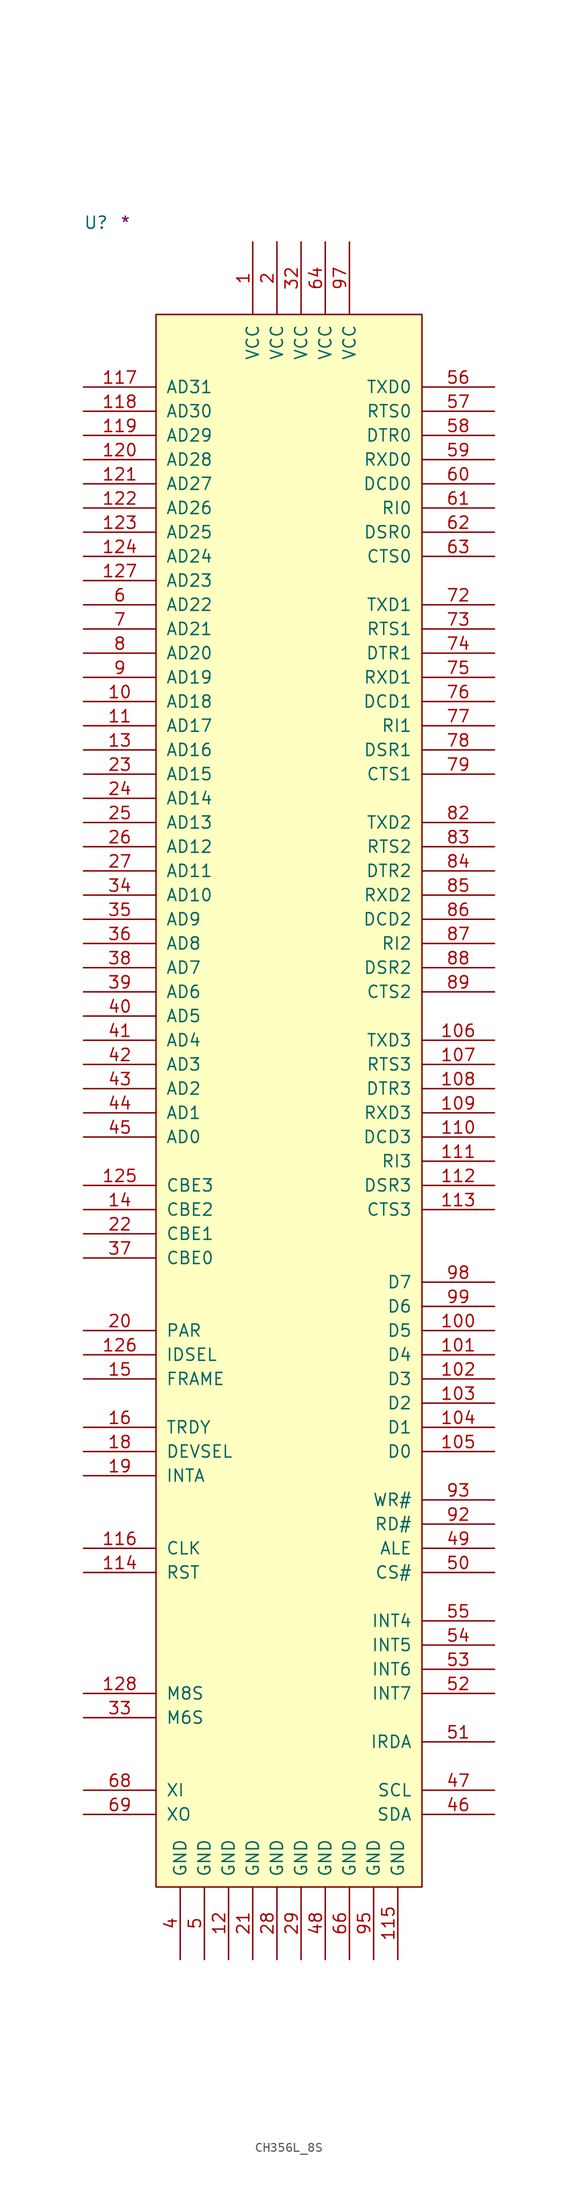
<source format=kicad_sym>
(kicad_symbol_lib
  (version 20211014)
  (generator kicad_symbol_editor)
  (symbol "CH356L_8S"
    (pin_names
      (offset 1.016))
    (property "Reference" "U"
      (at -7.62 8.89 0)
      (effects (font (size 1.27 1.27)) (justify left bottom)))
    (property "Comment" "*"
      (at -3.81 8.89 0)
      (effects (font (size 1.27 1.27)) (justify left bottom)))
    (symbol "CH356L_8S_1_1"
      (rectangle (start 0 -165.1) (end 27.94 0) (stroke (width 0) (type default) (color 0 0 0 0)) (fill (type background)))
      (pin power_in line (at 10.16 7.62 270) (length 7.62) (name "VCC" (effects (font (size 1.27 1.27)))) (number "1" (effects (font (size 1.27 1.27)))))
      (pin bidirectional line (at -7.62 -40.64 0) (length 7.62) (name "AD18" (effects (font (size 1.27 1.27)))) (number "10" (effects (font (size 1.27 1.27)))))
      (pin bidirectional line (at 35.56 -106.68 180) (length 7.62) (name "D5" (effects (font (size 1.27 1.27)))) (number "100" (effects (font (size 1.27 1.27)))))
      (pin bidirectional line (at 35.56 -109.22 180) (length 7.62) (name "D4" (effects (font (size 1.27 1.27)))) (number "101" (effects (font (size 1.27 1.27)))))
      (pin bidirectional line (at 35.56 -111.76 180) (length 7.62) (name "D3" (effects (font (size 1.27 1.27)))) (number "102" (effects (font (size 1.27 1.27)))))
      (pin bidirectional line (at 35.56 -114.3 180) (length 7.62) (name "D2" (effects (font (size 1.27 1.27)))) (number "103" (effects (font (size 1.27 1.27)))))
      (pin bidirectional line (at 35.56 -116.84 180) (length 7.62) (name "D1" (effects (font (size 1.27 1.27)))) (number "104" (effects (font (size 1.27 1.27)))))
      (pin bidirectional line (at 35.56 -119.38 180) (length 7.62) (name "D0" (effects (font (size 1.27 1.27)))) (number "105" (effects (font (size 1.27 1.27)))))
      (pin output line (at 35.56 -76.2 180) (length 7.62) (name "TXD3" (effects (font (size 1.27 1.27)))) (number "106" (effects (font (size 1.27 1.27)))))
      (pin output line (at 35.56 -78.74 180) (length 7.62) (name "RTS3" (effects (font (size 1.27 1.27)))) (number "107" (effects (font (size 1.27 1.27)))))
      (pin output line (at 35.56 -81.28 180) (length 7.62) (name "DTR3" (effects (font (size 1.27 1.27)))) (number "108" (effects (font (size 1.27 1.27)))))
      (pin input line (at 35.56 -83.82 180) (length 7.62) (name "RXD3" (effects (font (size 1.27 1.27)))) (number "109" (effects (font (size 1.27 1.27)))))
      (pin bidirectional line (at -7.62 -43.18 0) (length 7.62) (name "AD17" (effects (font (size 1.27 1.27)))) (number "11" (effects (font (size 1.27 1.27)))))
      (pin input line (at 35.56 -86.36 180) (length 7.62) (name "DCD3" (effects (font (size 1.27 1.27)))) (number "110" (effects (font (size 1.27 1.27)))))
      (pin input line (at 35.56 -88.9 180) (length 7.62) (name "RI3" (effects (font (size 1.27 1.27)))) (number "111" (effects (font (size 1.27 1.27)))))
      (pin input line (at 35.56 -91.44 180) (length 7.62) (name "DSR3" (effects (font (size 1.27 1.27)))) (number "112" (effects (font (size 1.27 1.27)))))
      (pin input line (at 35.56 -93.98 180) (length 7.62) (name "CTS3" (effects (font (size 1.27 1.27)))) (number "113" (effects (font (size 1.27 1.27)))))
      (pin input line (at -7.62 -132.08 0) (length 7.62) (name "RST" (effects (font (size 1.27 1.27)))) (number "114" (effects (font (size 1.27 1.27)))))
      (pin power_in line (at 25.4 -172.72 90) (length 7.62) (name "GND" (effects (font (size 1.27 1.27)))) (number "115" (effects (font (size 1.27 1.27)))))
      (pin input line (at -7.62 -129.54 0) (length 7.62) (name "CLK" (effects (font (size 1.27 1.27)))) (number "116" (effects (font (size 1.27 1.27)))))
      (pin bidirectional line (at -7.62 -7.62 0) (length 7.62) (name "AD31" (effects (font (size 1.27 1.27)))) (number "117" (effects (font (size 1.27 1.27)))))
      (pin bidirectional line (at -7.62 -10.16 0) (length 7.62) (name "AD30" (effects (font (size 1.27 1.27)))) (number "118" (effects (font (size 1.27 1.27)))))
      (pin bidirectional line (at -7.62 -12.7 0) (length 7.62) (name "AD29" (effects (font (size 1.27 1.27)))) (number "119" (effects (font (size 1.27 1.27)))))
      (pin power_in line (at 7.62 -172.72 90) (length 7.62) (name "GND" (effects (font (size 1.27 1.27)))) (number "12" (effects (font (size 1.27 1.27)))))
      (pin bidirectional line (at -7.62 -15.24 0) (length 7.62) (name "AD28" (effects (font (size 1.27 1.27)))) (number "120" (effects (font (size 1.27 1.27)))))
      (pin bidirectional line (at -7.62 -17.78 0) (length 7.62) (name "AD27" (effects (font (size 1.27 1.27)))) (number "121" (effects (font (size 1.27 1.27)))))
      (pin bidirectional line (at -7.62 -20.32 0) (length 7.62) (name "AD26" (effects (font (size 1.27 1.27)))) (number "122" (effects (font (size 1.27 1.27)))))
      (pin bidirectional line (at -7.62 -22.86 0) (length 7.62) (name "AD25" (effects (font (size 1.27 1.27)))) (number "123" (effects (font (size 1.27 1.27)))))
      (pin bidirectional line (at -7.62 -25.4 0) (length 7.62) (name "AD24" (effects (font (size 1.27 1.27)))) (number "124" (effects (font (size 1.27 1.27)))))
      (pin input line (at -7.62 -91.44 0) (length 7.62) (name "CBE3" (effects (font (size 1.27 1.27)))) (number "125" (effects (font (size 1.27 1.27)))))
      (pin input line (at -7.62 -109.22 0) (length 7.62) (name "IDSEL" (effects (font (size 1.27 1.27)))) (number "126" (effects (font (size 1.27 1.27)))))
      (pin bidirectional line (at -7.62 -27.94 0) (length 7.62) (name "AD23" (effects (font (size 1.27 1.27)))) (number "127" (effects (font (size 1.27 1.27)))))
      (pin input line (at -7.62 -144.78 0) (length 7.62) (name "M8S" (effects (font (size 1.27 1.27)))) (number "128" (effects (font (size 1.27 1.27)))))
      (pin bidirectional line (at -7.62 -45.72 0) (length 7.62) (name "AD16" (effects (font (size 1.27 1.27)))) (number "13" (effects (font (size 1.27 1.27)))))
      (pin input line (at -7.62 -93.98 0) (length 7.62) (name "CBE2" (effects (font (size 1.27 1.27)))) (number "14" (effects (font (size 1.27 1.27)))))
      (pin input line (at -7.62 -111.76 0) (length 7.62) (name "FRAME" (effects (font (size 1.27 1.27)))) (number "15" (effects (font (size 1.27 1.27)))))
      (pin tri_state line (at -7.62 -116.84 0) (length 7.62) (name "TRDY" (effects (font (size 1.27 1.27)))) (number "16" (effects (font (size 1.27 1.27)))))
      (pin tri_state line (at -7.62 -119.38 0) (length 7.62) (name "DEVSEL" (effects (font (size 1.27 1.27)))) (number "18" (effects (font (size 1.27 1.27)))))
      (pin tri_state line (at -7.62 -121.92 0) (length 7.62) (name "INTA" (effects (font (size 1.27 1.27)))) (number "19" (effects (font (size 1.27 1.27)))))
      (pin power_in line (at 12.7 7.62 270) (length 7.62) (name "VCC" (effects (font (size 1.27 1.27)))) (number "2" (effects (font (size 1.27 1.27)))))
      (pin tri_state line (at -7.62 -106.68 0) (length 7.62) (name "PAR" (effects (font (size 1.27 1.27)))) (number "20" (effects (font (size 1.27 1.27)))))
      (pin power_in line (at 10.16 -172.72 90) (length 7.62) (name "GND" (effects (font (size 1.27 1.27)))) (number "21" (effects (font (size 1.27 1.27)))))
      (pin input line (at -7.62 -96.52 0) (length 7.62) (name "CBE1" (effects (font (size 1.27 1.27)))) (number "22" (effects (font (size 1.27 1.27)))))
      (pin bidirectional line (at -7.62 -48.26 0) (length 7.62) (name "AD15" (effects (font (size 1.27 1.27)))) (number "23" (effects (font (size 1.27 1.27)))))
      (pin bidirectional line (at -7.62 -50.8 0) (length 7.62) (name "AD14" (effects (font (size 1.27 1.27)))) (number "24" (effects (font (size 1.27 1.27)))))
      (pin bidirectional line (at -7.62 -53.34 0) (length 7.62) (name "AD13" (effects (font (size 1.27 1.27)))) (number "25" (effects (font (size 1.27 1.27)))))
      (pin bidirectional line (at -7.62 -55.88 0) (length 7.62) (name "AD12" (effects (font (size 1.27 1.27)))) (number "26" (effects (font (size 1.27 1.27)))))
      (pin bidirectional line (at -7.62 -58.42 0) (length 7.62) (name "AD11" (effects (font (size 1.27 1.27)))) (number "27" (effects (font (size 1.27 1.27)))))
      (pin power_in line (at 12.7 -172.72 90) (length 7.62) (name "GND" (effects (font (size 1.27 1.27)))) (number "28" (effects (font (size 1.27 1.27)))))
      (pin power_in line (at 15.24 -172.72 90) (length 7.62) (name "GND" (effects (font (size 1.27 1.27)))) (number "29" (effects (font (size 1.27 1.27)))))
      (pin power_in line (at 15.24 7.62 270) (length 7.62) (name "VCC" (effects (font (size 1.27 1.27)))) (number "32" (effects (font (size 1.27 1.27)))))
      (pin input line (at -7.62 -147.32 0) (length 7.62) (name "M6S" (effects (font (size 1.27 1.27)))) (number "33" (effects (font (size 1.27 1.27)))))
      (pin bidirectional line (at -7.62 -60.96 0) (length 7.62) (name "AD10" (effects (font (size 1.27 1.27)))) (number "34" (effects (font (size 1.27 1.27)))))
      (pin bidirectional line (at -7.62 -63.5 0) (length 7.62) (name "AD9" (effects (font (size 1.27 1.27)))) (number "35" (effects (font (size 1.27 1.27)))))
      (pin bidirectional line (at -7.62 -66.04 0) (length 7.62) (name "AD8" (effects (font (size 1.27 1.27)))) (number "36" (effects (font (size 1.27 1.27)))))
      (pin input line (at -7.62 -99.06 0) (length 7.62) (name "CBE0" (effects (font (size 1.27 1.27)))) (number "37" (effects (font (size 1.27 1.27)))))
      (pin bidirectional line (at -7.62 -68.58 0) (length 7.62) (name "AD7" (effects (font (size 1.27 1.27)))) (number "38" (effects (font (size 1.27 1.27)))))
      (pin bidirectional line (at -7.62 -71.12 0) (length 7.62) (name "AD6" (effects (font (size 1.27 1.27)))) (number "39" (effects (font (size 1.27 1.27)))))
      (pin power_in line (at 2.54 -172.72 90) (length 7.62) (name "GND" (effects (font (size 1.27 1.27)))) (number "4" (effects (font (size 1.27 1.27)))))
      (pin bidirectional line (at -7.62 -73.66 0) (length 7.62) (name "AD5" (effects (font (size 1.27 1.27)))) (number "40" (effects (font (size 1.27 1.27)))))
      (pin bidirectional line (at -7.62 -76.2 0) (length 7.62) (name "AD4" (effects (font (size 1.27 1.27)))) (number "41" (effects (font (size 1.27 1.27)))))
      (pin bidirectional line (at -7.62 -78.74 0) (length 7.62) (name "AD3" (effects (font (size 1.27 1.27)))) (number "42" (effects (font (size 1.27 1.27)))))
      (pin bidirectional line (at -7.62 -81.28 0) (length 7.62) (name "AD2" (effects (font (size 1.27 1.27)))) (number "43" (effects (font (size 1.27 1.27)))))
      (pin bidirectional line (at -7.62 -83.82 0) (length 7.62) (name "AD1" (effects (font (size 1.27 1.27)))) (number "44" (effects (font (size 1.27 1.27)))))
      (pin bidirectional line (at -7.62 -86.36 0) (length 7.62) (name "AD0" (effects (font (size 1.27 1.27)))) (number "45" (effects (font (size 1.27 1.27)))))
      (pin bidirectional line (at 35.56 -157.48 180) (length 7.62) (name "SDA" (effects (font (size 1.27 1.27)))) (number "46" (effects (font (size 1.27 1.27)))))
      (pin bidirectional line (at 35.56 -154.94 180) (length 7.62) (name "SCL" (effects (font (size 1.27 1.27)))) (number "47" (effects (font (size 1.27 1.27)))))
      (pin power_in line (at 17.78 -172.72 90) (length 7.62) (name "GND" (effects (font (size 1.27 1.27)))) (number "48" (effects (font (size 1.27 1.27)))))
      (pin output line (at 35.56 -129.54 180) (length 7.62) (name "ALE" (effects (font (size 1.27 1.27)))) (number "49" (effects (font (size 1.27 1.27)))))
      (pin power_in line (at 5.08 -172.72 90) (length 7.62) (name "GND" (effects (font (size 1.27 1.27)))) (number "5" (effects (font (size 1.27 1.27)))))
      (pin output line (at 35.56 -132.08 180) (length 7.62) (name "CS#" (effects (font (size 1.27 1.27)))) (number "50" (effects (font (size 1.27 1.27)))))
      (pin input line (at 35.56 -149.86 180) (length 7.62) (name "IRDA" (effects (font (size 1.27 1.27)))) (number "51" (effects (font (size 1.27 1.27)))))
      (pin input line (at 35.56 -144.78 180) (length 7.62) (name "INT7" (effects (font (size 1.27 1.27)))) (number "52" (effects (font (size 1.27 1.27)))))
      (pin input line (at 35.56 -142.24 180) (length 7.62) (name "INT6" (effects (font (size 1.27 1.27)))) (number "53" (effects (font (size 1.27 1.27)))))
      (pin input line (at 35.56 -139.7 180) (length 7.62) (name "INT5" (effects (font (size 1.27 1.27)))) (number "54" (effects (font (size 1.27 1.27)))))
      (pin input line (at 35.56 -137.16 180) (length 7.62) (name "INT4" (effects (font (size 1.27 1.27)))) (number "55" (effects (font (size 1.27 1.27)))))
      (pin output line (at 35.56 -7.62 180) (length 7.62) (name "TXD0" (effects (font (size 1.27 1.27)))) (number "56" (effects (font (size 1.27 1.27)))))
      (pin output line (at 35.56 -10.16 180) (length 7.62) (name "RTS0" (effects (font (size 1.27 1.27)))) (number "57" (effects (font (size 1.27 1.27)))))
      (pin output line (at 35.56 -12.7 180) (length 7.62) (name "DTR0" (effects (font (size 1.27 1.27)))) (number "58" (effects (font (size 1.27 1.27)))))
      (pin input line (at 35.56 -15.24 180) (length 7.62) (name "RXD0" (effects (font (size 1.27 1.27)))) (number "59" (effects (font (size 1.27 1.27)))))
      (pin bidirectional line (at -7.62 -30.48 0) (length 7.62) (name "AD22" (effects (font (size 1.27 1.27)))) (number "6" (effects (font (size 1.27 1.27)))))
      (pin input line (at 35.56 -17.78 180) (length 7.62) (name "DCD0" (effects (font (size 1.27 1.27)))) (number "60" (effects (font (size 1.27 1.27)))))
      (pin input line (at 35.56 -20.32 180) (length 7.62) (name "RI0" (effects (font (size 1.27 1.27)))) (number "61" (effects (font (size 1.27 1.27)))))
      (pin input line (at 35.56 -22.86 180) (length 7.62) (name "DSR0" (effects (font (size 1.27 1.27)))) (number "62" (effects (font (size 1.27 1.27)))))
      (pin input line (at 35.56 -25.4 180) (length 7.62) (name "CTS0" (effects (font (size 1.27 1.27)))) (number "63" (effects (font (size 1.27 1.27)))))
      (pin power_in line (at 17.78 7.62 270) (length 7.62) (name "VCC" (effects (font (size 1.27 1.27)))) (number "64" (effects (font (size 1.27 1.27)))))
      (pin power_in line (at 20.32 -172.72 90) (length 7.62) (name "GND" (effects (font (size 1.27 1.27)))) (number "66" (effects (font (size 1.27 1.27)))))
      (pin input line (at -7.62 -154.94 0) (length 7.62) (name "XI" (effects (font (size 1.27 1.27)))) (number "68" (effects (font (size 1.27 1.27)))))
      (pin output line (at -7.62 -157.48 0) (length 7.62) (name "XO" (effects (font (size 1.27 1.27)))) (number "69" (effects (font (size 1.27 1.27)))))
      (pin bidirectional line (at -7.62 -33.02 0) (length 7.62) (name "AD21" (effects (font (size 1.27 1.27)))) (number "7" (effects (font (size 1.27 1.27)))))
      (pin output line (at 35.56 -30.48 180) (length 7.62) (name "TXD1" (effects (font (size 1.27 1.27)))) (number "72" (effects (font (size 1.27 1.27)))))
      (pin output line (at 35.56 -33.02 180) (length 7.62) (name "RTS1" (effects (font (size 1.27 1.27)))) (number "73" (effects (font (size 1.27 1.27)))))
      (pin output line (at 35.56 -35.56 180) (length 7.62) (name "DTR1" (effects (font (size 1.27 1.27)))) (number "74" (effects (font (size 1.27 1.27)))))
      (pin input line (at 35.56 -38.1 180) (length 7.62) (name "RXD1" (effects (font (size 1.27 1.27)))) (number "75" (effects (font (size 1.27 1.27)))))
      (pin input line (at 35.56 -40.64 180) (length 7.62) (name "DCD1" (effects (font (size 1.27 1.27)))) (number "76" (effects (font (size 1.27 1.27)))))
      (pin input line (at 35.56 -43.18 180) (length 7.62) (name "RI1" (effects (font (size 1.27 1.27)))) (number "77" (effects (font (size 1.27 1.27)))))
      (pin input line (at 35.56 -45.72 180) (length 7.62) (name "DSR1" (effects (font (size 1.27 1.27)))) (number "78" (effects (font (size 1.27 1.27)))))
      (pin input line (at 35.56 -48.26 180) (length 7.62) (name "CTS1" (effects (font (size 1.27 1.27)))) (number "79" (effects (font (size 1.27 1.27)))))
      (pin bidirectional line (at -7.62 -35.56 0) (length 7.62) (name "AD20" (effects (font (size 1.27 1.27)))) (number "8" (effects (font (size 1.27 1.27)))))
      (pin output line (at 35.56 -53.34 180) (length 7.62) (name "TXD2" (effects (font (size 1.27 1.27)))) (number "82" (effects (font (size 1.27 1.27)))))
      (pin output line (at 35.56 -55.88 180) (length 7.62) (name "RTS2" (effects (font (size 1.27 1.27)))) (number "83" (effects (font (size 1.27 1.27)))))
      (pin output line (at 35.56 -58.42 180) (length 7.62) (name "DTR2" (effects (font (size 1.27 1.27)))) (number "84" (effects (font (size 1.27 1.27)))))
      (pin input line (at 35.56 -60.96 180) (length 7.62) (name "RXD2" (effects (font (size 1.27 1.27)))) (number "85" (effects (font (size 1.27 1.27)))))
      (pin input line (at 35.56 -63.5 180) (length 7.62) (name "DCD2" (effects (font (size 1.27 1.27)))) (number "86" (effects (font (size 1.27 1.27)))))
      (pin input line (at 35.56 -66.04 180) (length 7.62) (name "RI2" (effects (font (size 1.27 1.27)))) (number "87" (effects (font (size 1.27 1.27)))))
      (pin input line (at 35.56 -68.58 180) (length 7.62) (name "DSR2" (effects (font (size 1.27 1.27)))) (number "88" (effects (font (size 1.27 1.27)))))
      (pin input line (at 35.56 -71.12 180) (length 7.62) (name "CTS2" (effects (font (size 1.27 1.27)))) (number "89" (effects (font (size 1.27 1.27)))))
      (pin bidirectional line (at -7.62 -38.1 0) (length 7.62) (name "AD19" (effects (font (size 1.27 1.27)))) (number "9" (effects (font (size 1.27 1.27)))))
      (pin output line (at 35.56 -127 180) (length 7.62) (name "RD#" (effects (font (size 1.27 1.27)))) (number "92" (effects (font (size 1.27 1.27)))))
      (pin output line (at 35.56 -124.46 180) (length 7.62) (name "WR#" (effects (font (size 1.27 1.27)))) (number "93" (effects (font (size 1.27 1.27)))))
      (pin power_in line (at 22.86 -172.72 90) (length 7.62) (name "GND" (effects (font (size 1.27 1.27)))) (number "95" (effects (font (size 1.27 1.27)))))
      (pin power_in line (at 20.32 7.62 270) (length 7.62) (name "VCC" (effects (font (size 1.27 1.27)))) (number "97" (effects (font (size 1.27 1.27)))))
      (pin bidirectional line (at 35.56 -101.6 180) (length 7.62) (name "D7" (effects (font (size 1.27 1.27)))) (number "98" (effects (font (size 1.27 1.27)))))
      (pin bidirectional line (at 35.56 -104.14 180) (length 7.62) (name "D6" (effects (font (size 1.27 1.27)))) (number "99" (effects (font (size 1.27 1.27))))))))
</source>
